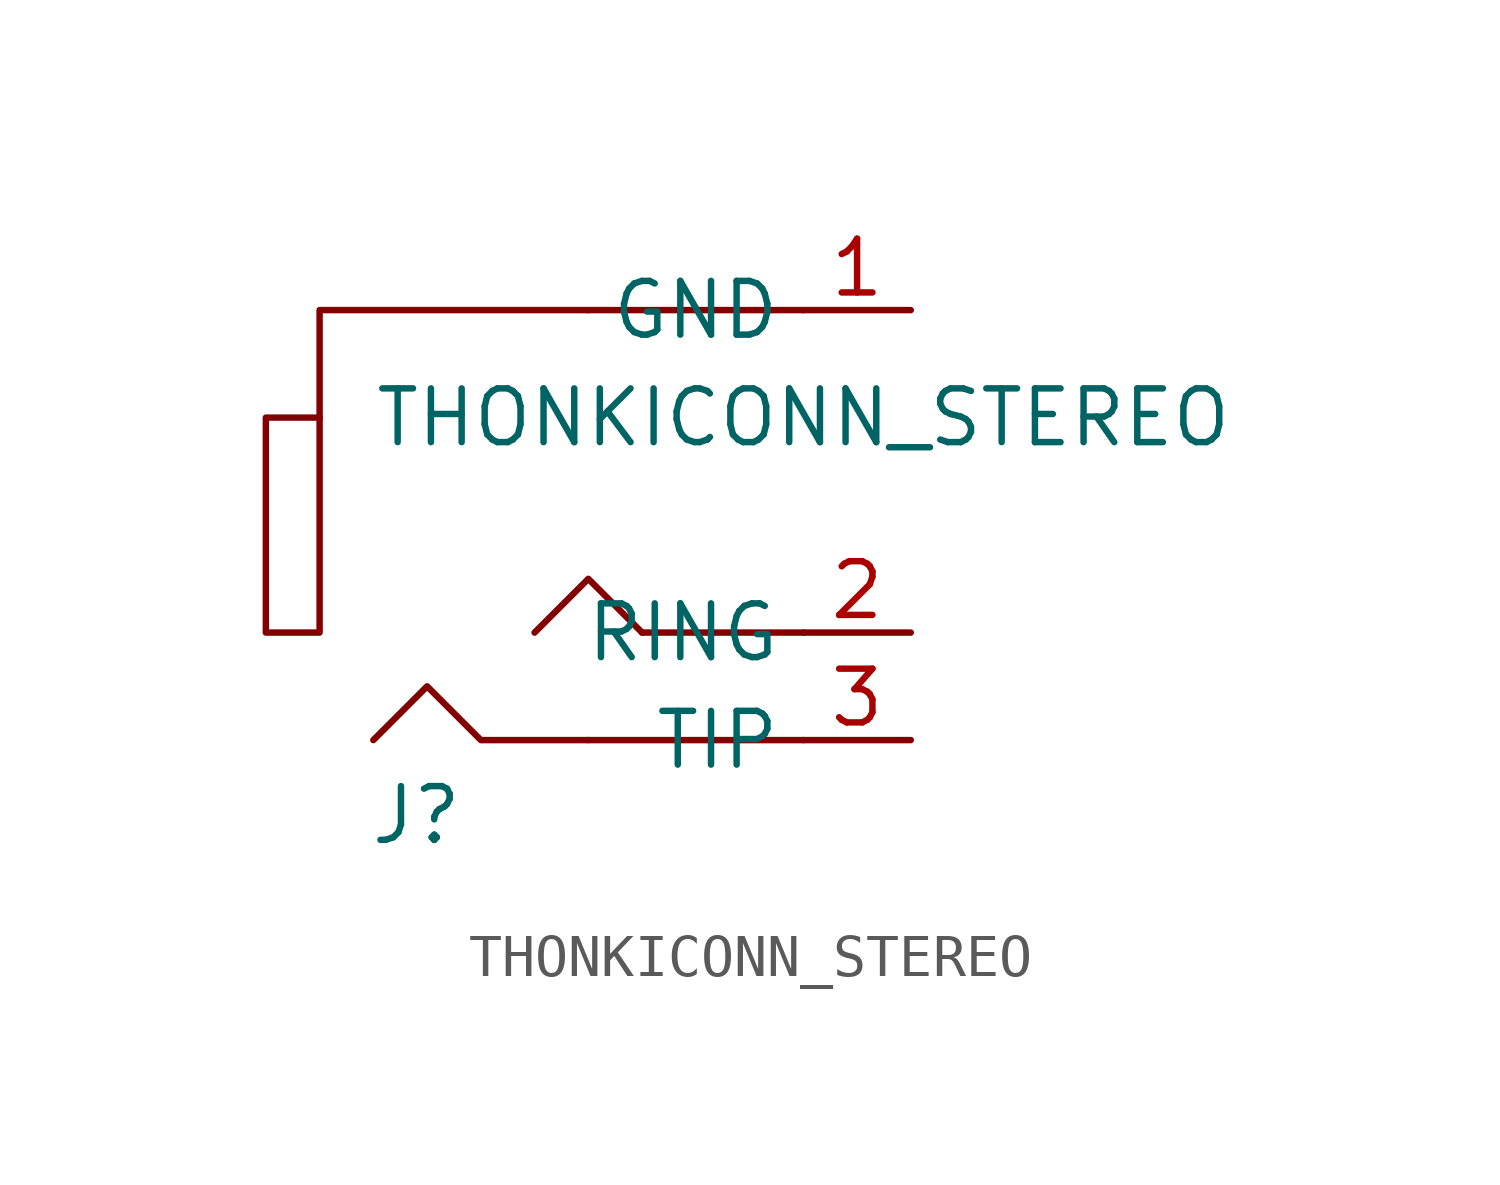
<source format=kicad_sym>
(kicad_symbol_lib
  (version 20231120)
  (generator "kicad_symbol_editor")
  (generator_version "8.0")
  (symbol "THONKICONN_STEREO"
    (property "Reference" "J"
      (at -4.064 -6.858 0)
      (effects (font (size 1.27 1.27))))
    (property "Value" "THONKICONN_STEREO"
      (at 5.08 2.54 0)
      (effects (font (size 1.27 1.27))))
    (symbol "THONKICONN_STEREO_0_1"
      (rectangle (start -7.62 -2.54) (end -6.35 2.54) (stroke (width 0) (type solid)) (fill (type none)))
      (polyline (pts (xy 0 -5.08) (xy 5.08 -5.08)) (stroke (width 0) (type solid)) (fill (type none)))
      (polyline (pts (xy 0 5.08) (xy 5.08 5.08)) (stroke (width 0) (type solid)) (fill (type none)))
      (polyline (pts (xy 5.08 -2.54) (xy 1.27 -2.54)) (stroke (width 0) (type default)) (fill (type none)))
      (polyline (pts (xy -6.35 2.54) (xy -6.35 5.08) (xy 0 5.08)) (stroke (width 0) (type solid)) (fill (type none)))
      (polyline (pts (xy 1.27 -2.54) (xy 0 -1.27) (xy -1.27 -2.54)) (stroke (width 0) (type default)) (fill (type none)))
      (polyline (pts (xy -5.08 -5.08) (xy -3.81 -3.81) (xy -2.54 -5.08) (xy 0 -5.08)) (stroke (width 0) (type solid)) (fill (type none))))
    (symbol "THONKICONN_STEREO_1_1"
      (pin passive line (at 7.62 5.08 180) (length 2.54) (name "GND" (effects (font (size 1.27 1.27)))) (number "1" (effects (font (size 1.27 1.27)))))
      (pin passive line (at 7.62 -2.54 180) (length 2.54) (name "RING" (effects (font (size 1.27 1.27)))) (number "2" (effects (font (size 1.27 1.27)))))
      (pin passive line (at 7.62 -5.08 180) (length 2.54) (name "TIP" (effects (font (size 1.27 1.27)))) (number "3" (effects (font (size 1.27 1.27))))))))
</source>
